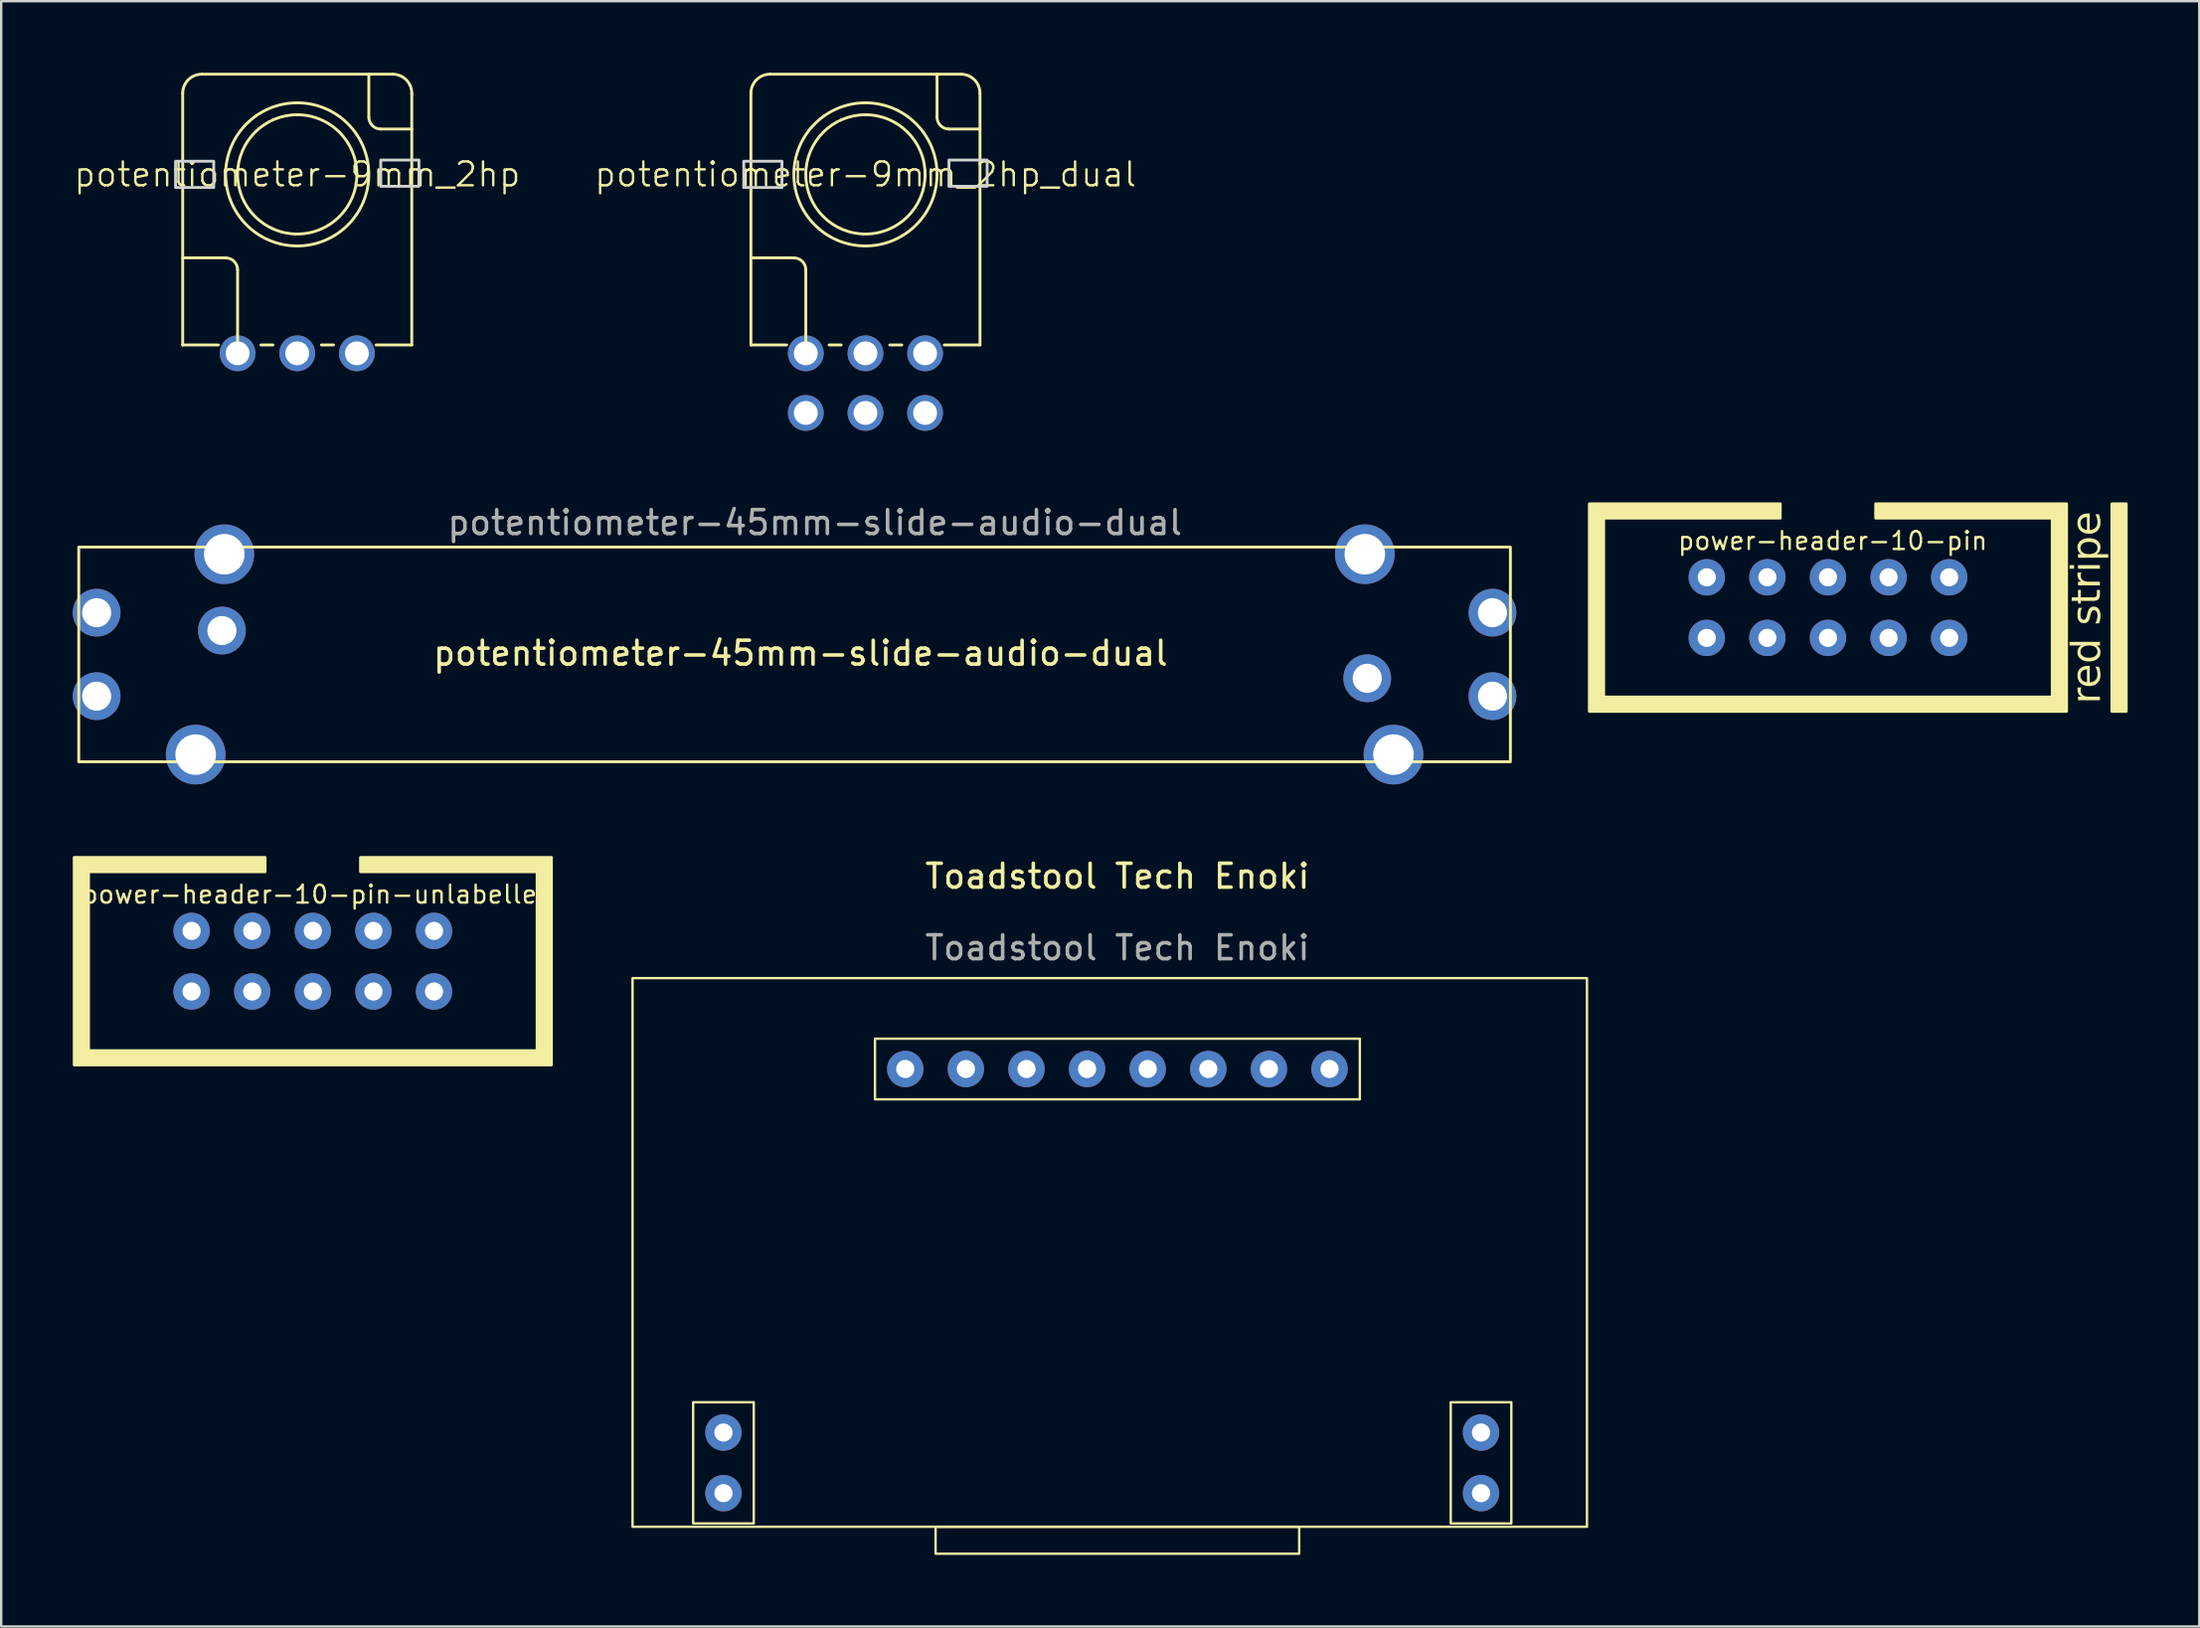
<source format=kicad_pcb>
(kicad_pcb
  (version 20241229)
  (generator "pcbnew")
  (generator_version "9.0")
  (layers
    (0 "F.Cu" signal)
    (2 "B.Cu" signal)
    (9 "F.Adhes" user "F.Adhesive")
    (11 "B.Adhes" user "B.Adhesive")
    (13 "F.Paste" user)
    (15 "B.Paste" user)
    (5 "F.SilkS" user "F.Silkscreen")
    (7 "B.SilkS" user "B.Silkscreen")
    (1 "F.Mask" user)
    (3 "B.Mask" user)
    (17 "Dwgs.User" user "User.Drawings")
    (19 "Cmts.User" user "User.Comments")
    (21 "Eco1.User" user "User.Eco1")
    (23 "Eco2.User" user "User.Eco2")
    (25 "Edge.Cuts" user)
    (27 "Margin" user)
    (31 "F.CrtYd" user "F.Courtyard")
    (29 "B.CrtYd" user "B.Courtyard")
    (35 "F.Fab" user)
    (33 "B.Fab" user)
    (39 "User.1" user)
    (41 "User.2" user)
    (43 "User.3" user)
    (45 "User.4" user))
  (footprint "potentiometer-45mm-slide-audio-dual"
    (layer "F.Cu")
    (at 30.25 24.383)
    (property "Reference" "potentiometer-45mm-slide-audio-dual" (at 0.25 -0.05 0) (unlocked yes) (layer "F.SilkS") (effects (font (size 1 1) (thickness 0.15))))
    (attr through_hole)
    (fp_rect (start -30 4.5) (end 30 -4.5) (stroke (width 0.12) (type solid)) (fill no) (layer "F.SilkS"))
    (fp_text user "${REFERENCE}" (at 0.85 -5.525 0) (unlocked yes) (layer "F.Fab") (effects (font (size 1 1) (thickness 0.15))))
    (pad "1" thru_hole circle (at -29.25 -1.75) (size 2 2) (drill 1.22) (layers "*.Cu" "*.Mask"))
    (pad "2" thru_hole circle (at -24 -1) (size 2 2) (drill 1.22) (layers "*.Cu" "*.Mask"))
    (pad "3" thru_hole circle (at 29.25 -1.75) (size 2 2) (drill 1.22) (layers "*.Cu" "*.Mask"))
    (pad "4" thru_hole circle (at -29.25 1.75) (size 2 2) (drill 1.22) (layers "*.Cu" "*.Mask"))
    (pad "5" thru_hole circle (at 24 1) (size 2 2) (drill 1.22) (layers "*.Cu" "*.Mask"))
    (pad "6" thru_hole circle (at 29.25 1.75) (size 2 2) (drill 1.22) (layers "*.Cu" "*.Mask"))
    (pad "7" thru_hole circle (at -25.1 4.2) (size 2.5 2.5) (drill 1.7) (layers "*.Cu" "*.Mask"))
    (pad "7" thru_hole circle (at -23.9 -4.2) (size 2.5 2.5) (drill 1.7) (layers "*.Cu" "*.Mask"))
    (pad "7" thru_hole circle (at 23.9 -4.2) (size 2.5 2.5) (drill 1.7) (layers "*.Cu" "*.Mask"))
    (pad "7" thru_hole circle (at 25.1 4.2) (size 2.5 2.5) (drill 1.7) (layers "*.Cu" "*.Mask")))
  (footprint "potentiometer-9mm_2hp_dual"
    (layer "F.Cu")
    (at 33.221 4.26)
    (property "Reference" "potentiometer-9mm_2hp_dual" (at 0 0 0) (unlocked yes) (layer "F.SilkS") (effects (font (size 1 1) (thickness 0.1))))
    (attr through_hole)
    (fp_line (start -4.8 7.15) (end -4.8 -3.4) (stroke (width 0.12) (type solid)) (layer "F.SilkS"))
    (fp_line (start -3.302 7.15) (end -4.8 7.15) (stroke (width 0.12) (type solid)) (layer "F.SilkS"))
    (fp_line (start -3 3.5) (end -4.8 3.5) (stroke (width 0.12) (type solid)) (layer "F.SilkS"))
    (fp_line (start -2.5 7.2) (end -2.5 4) (stroke (width 0.12) (type solid)) (layer "F.SilkS"))
    (fp_line (start -1.524 7.15) (end -1.016 7.15) (stroke (width 0.12) (type default)) (layer "F.SilkS"))
    (fp_line (start 1.016 7.15) (end 1.524 7.15) (stroke (width 0.12) (type default)) (layer "F.SilkS"))
    (fp_line (start 3 -4.2) (end 3 -2.4) (stroke (width 0.12) (type solid)) (layer "F.SilkS"))
    (fp_line (start 3.5 -1.9) (end 4.8 -1.9) (stroke (width 0.12) (type solid)) (layer "F.SilkS"))
    (fp_line (start 4 -4.2) (end -4 -4.2) (stroke (width 0.12) (type solid)) (layer "F.SilkS"))
    (fp_line (start 4.8 -3.4) (end 4.8 7.15) (stroke (width 0.12) (type solid)) (layer "F.SilkS"))
    (fp_line (start 4.8 7.15) (end 3.302 7.15) (stroke (width 0.12) (type default)) (layer "F.SilkS"))
    (fp_arc (start -4.8 -3.4) (mid -4.565685 -3.965685) (end -4 -4.2) (stroke (width 0.12) (type solid)) (layer "F.SilkS"))
    (fp_arc (start -3 3.5) (mid -2.646447 3.646447) (end -2.5 4) (stroke (width 0.12) (type solid)) (layer "F.SilkS"))
    (fp_arc (start 3.5 -1.9) (mid 3.146447 -2.046447) (end 3 -2.4) (stroke (width 0.12) (type solid)) (layer "F.SilkS"))
    (fp_arc (start 4 -4.2) (mid 4.565685 -3.965685) (end 4.8 -3.4) (stroke (width 0.12) (type solid)) (layer "F.SilkS"))
    (fp_circle (center 0 0) (end 2.5 0) (stroke (width 0.12) (type solid)) (fill no) (layer "F.SilkS"))
    (fp_circle (center 0 0) (end 3 0) (stroke (width 0.12) (type solid)) (fill no) (layer "F.SilkS"))
    (fp_rect (start -5.1 0.55) (end -3.5 -0.55) (stroke (width 0.12) (type solid)) (fill no) (layer "Edge.Cuts"))
    (fp_rect (start 3.5 0.5) (end 5.1 -0.6) (stroke (width 0.12) (type solid)) (fill no) (layer "Edge.Cuts"))
    (pad "1" thru_hole circle (at -2.5 7.5) (size 1.5 1.5) (drill 1) (layers "*.Cu" "*.Mask"))
    (pad "2" thru_hole circle (at 0 7.5) (size 1.5 1.5) (drill 1) (layers "*.Cu" "*.Mask"))
    (pad "3" thru_hole circle (at 2.5 7.5) (size 1.5 1.5) (drill 1) (layers "*.Cu" "*.Mask"))
    (pad "4" thru_hole circle (at -2.5 10) (size 1.5 1.5) (drill 1) (layers "*.Cu" "*.Mask"))
    (pad "5" thru_hole circle (at 0 10) (size 1.5 1.5) (drill 1) (layers "*.Cu" "*.Mask"))
    (pad "6" thru_hole circle (at 2.5 10) (size 1.5 1.5) (drill 1) (layers "*.Cu" "*.Mask")))
  (footprint "Toadstool Tech Enoki"
    (layer "F.Cu")
    (at 23.46 37.952)
    (property "Reference" "Toadstool Tech Enoki" (at 20.32 -4.27 0) (unlocked yes) (layer "F.SilkS") (effects (font (size 1 1) (thickness 0.15))))
    (attr through_hole)
    (fp_rect (start 0 0) (end 40 23) (stroke (width 0.1) (type solid)) (fill no) (layer "F.SilkS"))
    (fp_rect (start 5.08 17.78) (end 2.54 22.86) (stroke (width 0.1) (type solid)) (fill no) (layer "F.SilkS"))
    (fp_rect (start 10.16 2.54) (end 30.48 5.08) (stroke (width 0.1) (type solid)) (fill no) (layer "F.SilkS"))
    (fp_rect (start 12.7 23) (end 27.94 24.13) (stroke (width 0.1) (type solid)) (fill no) (layer "F.SilkS"))
    (fp_rect (start 34.29 17.78) (end 36.83 22.86) (stroke (width 0.1) (type solid)) (fill no) (layer "F.SilkS"))
    (fp_text user "${REFERENCE}" (at 20.32 -1.27 0) (unlocked yes) (layer "F.Fab") (effects (font (size 1 1) (thickness 0.15))))
    (pad "1" thru_hole circle (at 3.81 19.05) (size 1.524 1.524) (drill 0.762) (layers "*.Cu" "*.Mask"))
    (pad "1" thru_hole circle (at 3.81 21.59) (size 1.524 1.524) (drill 0.762) (layers "*.Cu" "*.Mask"))
    (pad "1" thru_hole circle (at 11.43 3.81) (size 1.524 1.524) (drill 0.762) (layers "*.Cu" "*.Mask"))
    (pad "1" thru_hole circle (at 13.97 3.81) (size 1.524 1.524) (drill 0.762) (layers "*.Cu" "*.Mask"))
    (pad "1" thru_hole circle (at 16.51 3.81) (size 1.524 1.524) (drill 0.762) (layers "*.Cu" "*.Mask"))
    (pad "1" thru_hole circle (at 19.05 3.81) (size 1.524 1.524) (drill 0.762) (layers "*.Cu" "*.Mask"))
    (pad "1" thru_hole circle (at 21.59 3.81) (size 1.524 1.524) (drill 0.762) (layers "*.Cu" "*.Mask"))
    (pad "1" thru_hole circle (at 24.13 3.81) (size 1.524 1.524) (drill 0.762) (layers "*.Cu" "*.Mask"))
    (pad "1" thru_hole circle (at 26.67 3.81) (size 1.524 1.524) (drill 0.762) (layers "*.Cu" "*.Mask"))
    (pad "1" thru_hole circle (at 29.21 3.81) (size 1.524 1.524) (drill 0.762) (layers "*.Cu" "*.Mask"))
    (pad "1" thru_hole circle (at 35.56 19.05) (size 1.524 1.524) (drill 0.762) (layers "*.Cu" "*.Mask"))
    (pad "1" thru_hole circle (at 35.56 21.59) (size 1.524 1.524) (drill 0.762) (layers "*.Cu" "*.Mask")))
  (footprint "potentiometer-9mm_2hp"
    (layer "F.Cu")
    (at 9.407 4.26)
    (property "Reference" "potentiometer-9mm_2hp" (at 0 0 0) (unlocked yes) (layer "F.SilkS") (effects (font (size 1 1) (thickness 0.1))))
    (attr through_hole)
    (fp_line (start -4.8 7.15) (end -4.8 -3.4) (stroke (width 0.12) (type solid)) (layer "F.SilkS"))
    (fp_line (start -3.302 7.15) (end -4.8 7.15) (stroke (width 0.12) (type solid)) (layer "F.SilkS"))
    (fp_line (start -3 3.5) (end -4.8 3.5) (stroke (width 0.12) (type solid)) (layer "F.SilkS"))
    (fp_line (start -2.5 7.2) (end -2.5 4) (stroke (width 0.12) (type solid)) (layer "F.SilkS"))
    (fp_line (start -1.524 7.15) (end -1.016 7.15) (stroke (width 0.12) (type default)) (layer "F.SilkS"))
    (fp_line (start 1.016 7.15) (end 1.524 7.15) (stroke (width 0.12) (type default)) (layer "F.SilkS"))
    (fp_line (start 3 -4.2) (end 3 -2.4) (stroke (width 0.12) (type solid)) (layer "F.SilkS"))
    (fp_line (start 3.5 -1.9) (end 4.8 -1.9) (stroke (width 0.12) (type solid)) (layer "F.SilkS"))
    (fp_line (start 4 -4.2) (end -4 -4.2) (stroke (width 0.12) (type solid)) (layer "F.SilkS"))
    (fp_line (start 4.8 -3.4) (end 4.8 7.15) (stroke (width 0.12) (type solid)) (layer "F.SilkS"))
    (fp_line (start 4.8 7.15) (end 3.302 7.15) (stroke (width 0.12) (type default)) (layer "F.SilkS"))
    (fp_arc (start -4.8 -3.4) (mid -4.565685 -3.965685) (end -4 -4.2) (stroke (width 0.12) (type solid)) (layer "F.SilkS"))
    (fp_arc (start -3 3.5) (mid -2.646447 3.646447) (end -2.5 4) (stroke (width 0.12) (type solid)) (layer "F.SilkS"))
    (fp_arc (start 3.5 -1.9) (mid 3.146447 -2.046447) (end 3 -2.4) (stroke (width 0.12) (type solid)) (layer "F.SilkS"))
    (fp_arc (start 4 -4.2) (mid 4.565685 -3.965685) (end 4.8 -3.4) (stroke (width 0.12) (type solid)) (layer "F.SilkS"))
    (fp_circle (center 0 0) (end 2.5 0) (stroke (width 0.12) (type solid)) (fill no) (layer "F.SilkS"))
    (fp_circle (center 0 0) (end 3 0) (stroke (width 0.12) (type solid)) (fill no) (layer "F.SilkS"))
    (fp_rect (start -5.1 0.55) (end -3.5 -0.55) (stroke (width 0.12) (type solid)) (fill no) (layer "Edge.Cuts"))
    (fp_rect (start 3.5 0.5) (end 5.1 -0.6) (stroke (width 0.12) (type solid)) (fill no) (layer "Edge.Cuts"))
    (pad "1" thru_hole circle (at -2.5 7.5) (size 1.5 1.5) (drill 1) (layers "*.Cu" "*.Mask"))
    (pad "2" thru_hole circle (at 0 7.5) (size 1.5 1.5) (drill 1) (layers "*.Cu" "*.Mask"))
    (pad "3" thru_hole circle (at 2.5 7.5) (size 1.5 1.5) (drill 1) (layers "*.Cu" "*.Mask")))
  (footprint "power-header-10-pin"
    (layer "F.Cu")
    (at 73.56 22.42)
    (property "Reference" "power-header-10-pin" (at 0.2 -2.8 0) (unlocked yes) (layer "F.SilkS") (effects (font (size 0.75 0.75) (thickness 0.1))))
    (attr through_hole)
    (fp_rect (start 11.9 -4.35) (end 12.5 4.35) (stroke (width 0.12) (type solid)) (fill yes) (layer "F.SilkS"))
    (fp_poly (pts (xy -10 4.35) (xy 10 4.35) (xy 10 -4.35) (xy 2 -4.35) (xy 2 -3.75) (xy 9.4 -3.75) (xy 9.4 3.75) (xy -9.4 3.75) (xy -9.4 -3.75) (xy -2 -3.75) (xy -2 -4.35) (xy -10 -4.35)) (stroke (width 0.12) (type solid)) (fill yes) (layer "F.SilkS"))
    (fp_text user "red stripe" (at 10.9 0 90) (unlocked yes) (layer "F.SilkS") (effects (font (face "Montserrat Thin") (size 1.2 1.2) (thickness 0.15))))
    (pad "1" thru_hole circle (at 5.08 -1.27) (size 1.524 1.524) (drill 0.762) (layers "*.Cu" "*.Mask"))
    (pad "2" thru_hole circle (at 5.08 1.27) (size 1.524 1.524) (drill 0.762) (layers "*.Cu" "*.Mask"))
    (pad "3" thru_hole circle (at 2.54 -1.27) (size 1.524 1.524) (drill 0.762) (layers "*.Cu" "*.Mask"))
    (pad "4" thru_hole circle (at 2.54 1.27) (size 1.524 1.524) (drill 0.762) (layers "*.Cu" "*.Mask"))
    (pad "5" thru_hole circle (at 0 -1.27) (size 1.524 1.524) (drill 0.762) (layers "*.Cu" "*.Mask"))
    (pad "6" thru_hole circle (at 0 1.27) (size 1.524 1.524) (drill 0.762) (layers "*.Cu" "*.Mask"))
    (pad "7" thru_hole circle (at -2.54 -1.27) (size 1.524 1.524) (drill 0.762) (layers "*.Cu" "*.Mask"))
    (pad "8" thru_hole circle (at -2.54 1.27) (size 1.524 1.524) (drill 0.762) (layers "*.Cu" "*.Mask"))
    (pad "9" thru_hole circle (at -5.08 -1.27) (size 1.524 1.524) (drill 0.762) (layers "*.Cu" "*.Mask"))
    (pad "10" thru_hole circle (at -5.08 1.27) (size 1.524 1.524) (drill 0.762) (layers "*.Cu" "*.Mask")))
  (footprint "power-header-10-pin-unlabelled"
    (layer "F.Cu")
    (at 10.06 37.243)
    (property "Reference" "power-header-10-pin-unlabelled" (at 0.2 -2.8 0) (unlocked yes) (layer "F.SilkS") (effects (font (size 0.75 0.75) (thickness 0.1))))
    (attr through_hole)
    (fp_poly (pts (xy -10 4.35) (xy 10 4.35) (xy 10 -4.35) (xy 2 -4.35) (xy 2 -3.75) (xy 9.4 -3.75) (xy 9.4 3.75) (xy -9.4 3.75) (xy -9.4 -3.75) (xy -2 -3.75) (xy -2 -4.35) (xy -10 -4.35)) (stroke (width 0.12) (type solid)) (fill yes) (layer "F.SilkS"))
    (pad "1" thru_hole circle (at 5.08 -1.27) (size 1.524 1.524) (drill 0.762) (layers "*.Cu" "*.Mask"))
    (pad "2" thru_hole circle (at 5.08 1.27) (size 1.524 1.524) (drill 0.762) (layers "*.Cu" "*.Mask"))
    (pad "3" thru_hole circle (at 2.54 -1.27) (size 1.524 1.524) (drill 0.762) (layers "*.Cu" "*.Mask"))
    (pad "4" thru_hole circle (at 2.54 1.27) (size 1.524 1.524) (drill 0.762) (layers "*.Cu" "*.Mask"))
    (pad "5" thru_hole circle (at 0 -1.27) (size 1.524 1.524) (drill 0.762) (layers "*.Cu" "*.Mask"))
    (pad "6" thru_hole circle (at 0 1.27) (size 1.524 1.524) (drill 0.762) (layers "*.Cu" "*.Mask"))
    (pad "7" thru_hole circle (at -2.54 -1.27) (size 1.524 1.524) (drill 0.762) (layers "*.Cu" "*.Mask"))
    (pad "8" thru_hole circle (at -2.54 1.27) (size 1.524 1.524) (drill 0.762) (layers "*.Cu" "*.Mask"))
    (pad "9" thru_hole circle (at -5.08 -1.27) (size 1.524 1.524) (drill 0.762) (layers "*.Cu" "*.Mask"))
    (pad "10" thru_hole circle (at -5.08 1.27) (size 1.524 1.524) (drill 0.762) (layers "*.Cu" "*.Mask")))
  (gr_rect
    (start -3 -3)
    (end 89.12 65.132)
    (stroke (width 0.1) (type default))
    (fill no)
    (layer "Edge.Cuts")))
</source>
